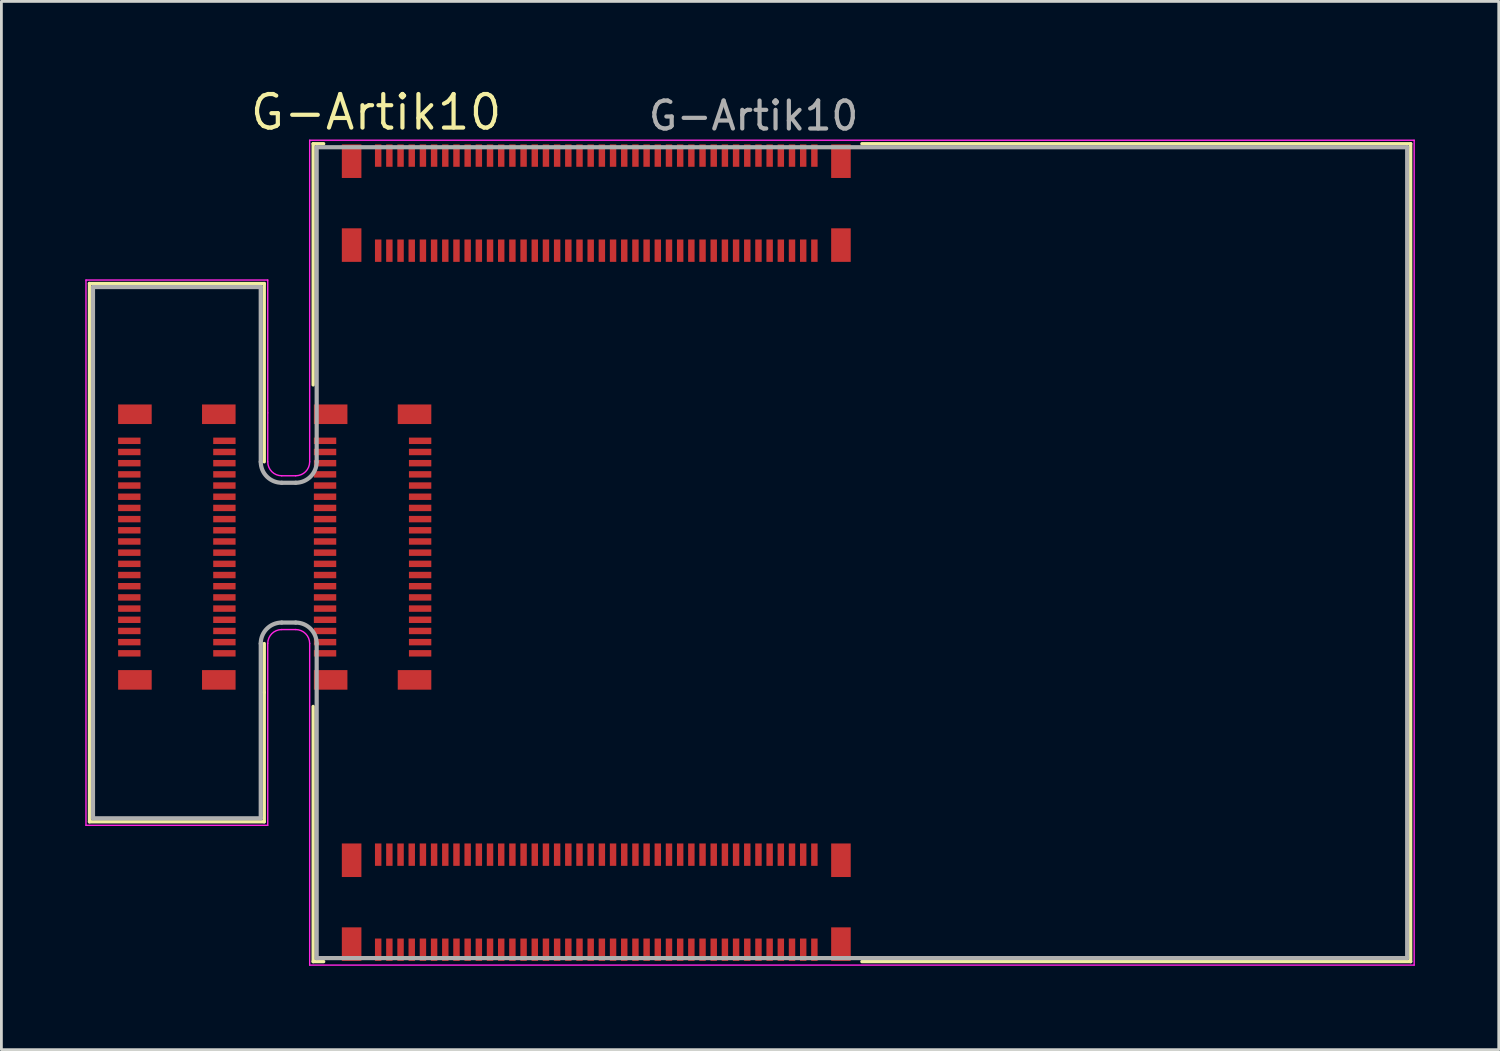
<source format=kicad_pcb>
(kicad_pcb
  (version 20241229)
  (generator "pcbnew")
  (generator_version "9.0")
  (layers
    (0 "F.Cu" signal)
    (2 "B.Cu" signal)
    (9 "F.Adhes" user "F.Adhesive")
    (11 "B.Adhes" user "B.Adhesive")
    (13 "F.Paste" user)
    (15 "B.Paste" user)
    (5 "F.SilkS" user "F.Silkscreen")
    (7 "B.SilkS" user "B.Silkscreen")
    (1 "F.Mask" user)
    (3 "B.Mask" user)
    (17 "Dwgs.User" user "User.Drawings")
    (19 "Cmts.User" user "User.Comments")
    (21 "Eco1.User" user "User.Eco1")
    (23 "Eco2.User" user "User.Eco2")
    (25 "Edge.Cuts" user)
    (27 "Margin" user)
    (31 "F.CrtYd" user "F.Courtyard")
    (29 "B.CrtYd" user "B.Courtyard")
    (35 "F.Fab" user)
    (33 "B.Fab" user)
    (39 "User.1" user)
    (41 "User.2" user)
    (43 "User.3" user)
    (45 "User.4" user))
  (footprint "G-Artik10"
    (layer "F.Cu")
    (at 27.775 16.715)
    (property "Reference" "G-Artik10" (at -17.375 -15.75 180) (layer "F.SilkS") (effects (font (size 1.2 1.2) (thickness 0.15))))
    (attr through_hole)
    (fp_line (start -27.625 -9.625) (end -27.625 9.625) (stroke (width 0.12) (type solid)) (layer "F.SilkS"))
    (fp_line (start -27.625 9.625) (end -21.375 9.625) (stroke (width 0.12) (type solid)) (layer "F.SilkS"))
    (fp_line (start -21.375 -9.625) (end -27.625 -9.625) (stroke (width 0.12) (type solid)) (layer "F.SilkS"))
    (fp_line (start -21.375 -3.25) (end -21.375 -9.625) (stroke (width 0.12) (type solid)) (layer "F.SilkS"))
    (fp_line (start -21.375 5) (end -21.375 3.25) (stroke (width 0.12) (type solid)) (layer "F.SilkS"))
    (fp_line (start -21.375 9.625) (end -21.375 5) (stroke (width 0.12) (type solid)) (layer "F.SilkS"))
    (fp_line (start -19.625 -14.625) (end -19.625 -6) (stroke (width 0.12) (type solid)) (layer "F.SilkS"))
    (fp_line (start -19.625 5.5) (end -19.625 14.625) (stroke (width 0.12) (type solid)) (layer "F.SilkS"))
    (fp_line (start -19.625 14.625) (end -19.25 14.625) (stroke (width 0.12) (type solid)) (layer "F.SilkS"))
    (fp_line (start -19.25 -14.625) (end -19.625 -14.625) (stroke (width 0.12) (type solid)) (layer "F.SilkS"))
    (fp_line (start 0 14.625) (end 19.625 14.625) (stroke (width 0.12) (type solid)) (layer "F.SilkS"))
    (fp_line (start 19.625 -14.625) (end 0 -14.625) (stroke (width 0.12) (type solid)) (layer "F.SilkS"))
    (fp_line (start 19.625 14.625) (end 19.625 -14.625) (stroke (width 0.12) (type solid)) (layer "F.SilkS"))
    (fp_line (start -27.75 -9.75) (end -27.75 9.75) (stroke (width 0.05) (type solid)) (layer "F.CrtYd"))
    (fp_line (start -27.75 9.75) (end -21.25 9.75) (stroke (width 0.05) (type solid)) (layer "F.CrtYd"))
    (fp_line (start -21.25 -9.75) (end -27.75 -9.75) (stroke (width 0.05) (type solid)) (layer "F.CrtYd"))
    (fp_line (start -21.25 -5) (end -21.25 -9.75) (stroke (width 0.05) (type solid)) (layer "F.CrtYd"))
    (fp_line (start -21.25 -3.25) (end -21.25 -5) (stroke (width 0.05) (type solid)) (layer "F.CrtYd"))
    (fp_line (start -21.25 9.75) (end -21.25 3.25) (stroke (width 0.05) (type solid)) (layer "F.CrtYd"))
    (fp_line (start -20.75 -2.75) (end -20.25 -2.75) (stroke (width 0.05) (type solid)) (layer "F.CrtYd"))
    (fp_line (start -20.75 2.75) (end -20.25 2.75) (stroke (width 0.05) (type solid)) (layer "F.CrtYd"))
    (fp_line (start -19.75 -14.75) (end -19.75 -3.25) (stroke (width 0.05) (type solid)) (layer "F.CrtYd"))
    (fp_line (start -19.75 3.25) (end -19.75 14.75) (stroke (width 0.05) (type solid)) (layer "F.CrtYd"))
    (fp_line (start -19.75 14.75) (end 19.75 14.75) (stroke (width 0.05) (type solid)) (layer "F.CrtYd"))
    (fp_line (start 19.75 -14.75) (end -19.75 -14.75) (stroke (width 0.05) (type solid)) (layer "F.CrtYd"))
    (fp_line (start 19.75 14.75) (end 19.75 -14.75) (stroke (width 0.05) (type solid)) (layer "F.CrtYd"))
    (fp_arc (start -21.25 3.25) (mid -21.103553 2.896447) (end -20.75 2.75) (stroke (width 0.05) (type solid)) (layer "F.CrtYd"))
    (fp_arc (start -20.75 -2.75) (mid -21.103553 -2.896447) (end -21.25 -3.25) (stroke (width 0.05) (type solid)) (layer "F.CrtYd"))
    (fp_arc (start -20.25 2.75) (mid -19.896447 2.896447) (end -19.75 3.25) (stroke (width 0.05) (type solid)) (layer "F.CrtYd"))
    (fp_arc (start -19.75 -3.25) (mid -19.896447 -2.896447) (end -20.25 -2.75) (stroke (width 0.05) (type solid)) (layer "F.CrtYd"))
    (fp_line (start -27.5 -9.5) (end -27.5 9.5) (stroke (width 0.15) (type solid)) (layer "F.Fab"))
    (fp_line (start -27.5 9.5) (end -21.5 9.5) (stroke (width 0.15) (type solid)) (layer "F.Fab"))
    (fp_line (start -21.5 -9.5) (end -27.5 -9.5) (stroke (width 0.15) (type solid)) (layer "F.Fab"))
    (fp_line (start -21.5 -3.25) (end -21.5 -9.5) (stroke (width 0.15) (type solid)) (layer "F.Fab"))
    (fp_line (start -21.5 9.5) (end -21.5 3.25) (stroke (width 0.15) (type solid)) (layer "F.Fab"))
    (fp_line (start -20.75 -2.5) (end -20.25 -2.5) (stroke (width 0.15) (type solid)) (layer "F.Fab"))
    (fp_line (start -20.75 2.5) (end -20.25 2.5) (stroke (width 0.15) (type solid)) (layer "F.Fab"))
    (fp_line (start -19.5 -14.5) (end 19.5 -14.5) (stroke (width 0.15) (type solid)) (layer "F.Fab"))
    (fp_line (start -19.5 -3.25) (end -19.5 -14.5) (stroke (width 0.15) (type solid)) (layer "F.Fab"))
    (fp_line (start -19.5 14.5) (end -19.5 3.25) (stroke (width 0.15) (type solid)) (layer "F.Fab"))
    (fp_line (start 19.5 -14.5) (end 19.5 14.5) (stroke (width 0.15) (type solid)) (layer "F.Fab"))
    (fp_line (start 19.5 14.5) (end -19.5 14.5) (stroke (width 0.15) (type solid)) (layer "F.Fab"))
    (fp_arc (start -21.5 3.25) (mid -21.280793 2.720133) (end -20.751309 2.500001) (stroke (width 0.15) (type solid)) (layer "F.Fab"))
    (fp_arc (start -20.75 -2.5) (mid -21.28033 -2.71967) (end -21.5 -3.25) (stroke (width 0.15) (type solid)) (layer "F.Fab"))
    (fp_arc (start -20.25 2.5) (mid -19.71967 2.71967) (end -19.5 3.25) (stroke (width 0.15) (type solid)) (layer "F.Fab"))
    (fp_arc (start -19.5 -3.25) (mid -19.71967 -2.71967) (end -20.25 -2.5) (stroke (width 0.15) (type solid)) (layer "F.Fab"))
    (fp_text user "${REFERENCE}" (at -3.875 -15.625 0) (layer "F.Fab") (effects (font (size 1 1) (thickness 0.15))))
    (pad "1-1" smd rect (at -19.2 3.6 90) (size 0.23 0.8) (layers "F.Cu" "F.Mask" "F.Paste"))
    (pad "1-2" smd rect (at -15.8 3.6 90) (size 0.23 0.8) (layers "F.Cu" "F.Mask" "F.Paste"))
    (pad "1-3" smd rect (at -19.2 3.2 90) (size 0.23 0.8) (layers "F.Cu" "F.Mask" "F.Paste"))
    (pad "1-4" smd rect (at -15.8 3.2 90) (size 0.23 0.8) (layers "F.Cu" "F.Mask" "F.Paste"))
    (pad "1-5" smd rect (at -19.2 2.8 90) (size 0.23 0.8) (layers "F.Cu" "F.Mask" "F.Paste"))
    (pad "1-6" smd rect (at -15.8 2.8 90) (size 0.23 0.8) (layers "F.Cu" "F.Mask" "F.Paste"))
    (pad "1-7" smd rect (at -19.2 2.4 90) (size 0.23 0.8) (layers "F.Cu" "F.Mask" "F.Paste"))
    (pad "1-8" smd rect (at -15.8 2.4 90) (size 0.23 0.8) (layers "F.Cu" "F.Mask" "F.Paste"))
    (pad "1-9" smd rect (at -19.2 2 90) (size 0.23 0.8) (layers "F.Cu" "F.Mask" "F.Paste"))
    (pad "1-10" smd rect (at -15.8 2 90) (size 0.23 0.8) (layers "F.Cu" "F.Mask" "F.Paste"))
    (pad "1-11" smd rect (at -19.2 1.6 90) (size 0.23 0.8) (layers "F.Cu" "F.Mask" "F.Paste"))
    (pad "1-12" smd rect (at -15.8 1.6 90) (size 0.23 0.8) (layers "F.Cu" "F.Mask" "F.Paste"))
    (pad "1-13" smd rect (at -19.2 1.2 90) (size 0.23 0.8) (layers "F.Cu" "F.Mask" "F.Paste"))
    (pad "1-14" smd rect (at -15.8 1.2 90) (size 0.23 0.8) (layers "F.Cu" "F.Mask" "F.Paste"))
    (pad "1-15" smd rect (at -19.2 0.8 90) (size 0.23 0.8) (layers "F.Cu" "F.Mask" "F.Paste"))
    (pad "1-16" smd rect (at -15.8 0.8 90) (size 0.23 0.8) (layers "F.Cu" "F.Mask" "F.Paste"))
    (pad "1-17" smd rect (at -19.2 0.4 90) (size 0.23 0.8) (layers "F.Cu" "F.Mask" "F.Paste"))
    (pad "1-18" smd rect (at -15.8 0.4 90) (size 0.23 0.8) (layers "F.Cu" "F.Mask" "F.Paste"))
    (pad "1-19" smd rect (at -19.2 0 90) (size 0.23 0.8) (layers "F.Cu" "F.Mask" "F.Paste"))
    (pad "1-20" smd rect (at -15.8 0 90) (size 0.23 0.8) (layers "F.Cu" "F.Mask" "F.Paste"))
    (pad "1-21" smd rect (at -19.2 -0.4 90) (size 0.23 0.8) (layers "F.Cu" "F.Mask" "F.Paste"))
    (pad "1-22" smd rect (at -15.8 -0.4 90) (size 0.23 0.8) (layers "F.Cu" "F.Mask" "F.Paste"))
    (pad "1-23" smd rect (at -19.2 -0.8 90) (size 0.23 0.8) (layers "F.Cu" "F.Mask" "F.Paste"))
    (pad "1-24" smd rect (at -15.8 -0.8 90) (size 0.23 0.8) (layers "F.Cu" "F.Mask" "F.Paste"))
    (pad "1-25" smd rect (at -19.2 -1.2 90) (size 0.23 0.8) (layers "F.Cu" "F.Mask" "F.Paste"))
    (pad "1-26" smd rect (at -15.8 -1.2 90) (size 0.23 0.8) (layers "F.Cu" "F.Mask" "F.Paste"))
    (pad "1-27" smd rect (at -19.2 -1.6 90) (size 0.23 0.8) (layers "F.Cu" "F.Mask" "F.Paste"))
    (pad "1-28" smd rect (at -15.8 -1.6 90) (size 0.23 0.8) (layers "F.Cu" "F.Mask" "F.Paste"))
    (pad "1-29" smd rect (at -19.2 -2 90) (size 0.23 0.8) (layers "F.Cu" "F.Mask" "F.Paste"))
    (pad "1-30" smd rect (at -15.8 -2 90) (size 0.23 0.8) (layers "F.Cu" "F.Mask" "F.Paste"))
    (pad "1-31" smd rect (at -19.2 -2.4 90) (size 0.23 0.8) (layers "F.Cu" "F.Mask" "F.Paste"))
    (pad "1-32" smd rect (at -15.8 -2.4 90) (size 0.23 0.8) (layers "F.Cu" "F.Mask" "F.Paste"))
    (pad "1-33" smd rect (at -19.2 -2.8 90) (size 0.23 0.8) (layers "F.Cu" "F.Mask" "F.Paste"))
    (pad "1-34" smd rect (at -15.8 -2.8 90) (size 0.23 0.8) (layers "F.Cu" "F.Mask" "F.Paste"))
    (pad "1-35" smd rect (at -19.2 -3.2 90) (size 0.23 0.8) (layers "F.Cu" "F.Mask" "F.Paste"))
    (pad "1-36" smd rect (at -15.8 -3.2 90) (size 0.23 0.8) (layers "F.Cu" "F.Mask" "F.Paste"))
    (pad "1-37" smd rect (at -19.2 -3.6 90) (size 0.23 0.8) (layers "F.Cu" "F.Mask" "F.Paste"))
    (pad "1-38" smd rect (at -15.8 -3.6 90) (size 0.23 0.8) (layers "F.Cu" "F.Mask" "F.Paste"))
    (pad "1-39" smd rect (at -19.2 -4 90) (size 0.23 0.8) (layers "F.Cu" "F.Mask" "F.Paste"))
    (pad "1-40" smd rect (at -15.8 -4 90) (size 0.23 0.8) (layers "F.Cu" "F.Mask" "F.Paste"))
    (pad "3-1" smd rect (at -1.7 -10.8 180) (size 0.23 0.8) (layers "F.Cu" "F.Mask" "F.Paste"))
    (pad "3-2" smd rect (at -1.7 -14.2 180) (size 0.23 0.8) (layers "F.Cu" "F.Mask" "F.Paste"))
    (pad "3-3" smd rect (at -2.1 -10.8 180) (size 0.23 0.8) (layers "F.Cu" "F.Mask" "F.Paste"))
    (pad "3-4" smd rect (at -2.1 -14.2 180) (size 0.23 0.8) (layers "F.Cu" "F.Mask" "F.Paste"))
    (pad "3-5" smd rect (at -2.5 -10.8 180) (size 0.23 0.8) (layers "F.Cu" "F.Mask" "F.Paste"))
    (pad "3-6" smd rect (at -2.5 -14.2 180) (size 0.23 0.8) (layers "F.Cu" "F.Mask" "F.Paste"))
    (pad "3-7" smd rect (at -2.9 -10.8 180) (size 0.23 0.8) (layers "F.Cu" "F.Mask" "F.Paste"))
    (pad "3-8" smd rect (at -2.9 -14.2 180) (size 0.23 0.8) (layers "F.Cu" "F.Mask" "F.Paste"))
    (pad "3-9" smd rect (at -3.3 -10.8 180) (size 0.23 0.8) (layers "F.Cu" "F.Mask" "F.Paste"))
    (pad "3-10" smd rect (at -3.3 -14.2 180) (size 0.23 0.8) (layers "F.Cu" "F.Mask" "F.Paste"))
    (pad "3-11" smd rect (at -3.7 -10.8 180) (size 0.23 0.8) (layers "F.Cu" "F.Mask" "F.Paste"))
    (pad "3-12" smd rect (at -3.7 -14.2 180) (size 0.23 0.8) (layers "F.Cu" "F.Mask" "F.Paste"))
    (pad "3-13" smd rect (at -4.1 -10.8 180) (size 0.23 0.8) (layers "F.Cu" "F.Mask" "F.Paste"))
    (pad "3-14" smd rect (at -4.1 -14.2 180) (size 0.23 0.8) (layers "F.Cu" "F.Mask" "F.Paste"))
    (pad "3-15" smd rect (at -4.5 -10.8 180) (size 0.23 0.8) (layers "F.Cu" "F.Mask" "F.Paste"))
    (pad "3-16" smd rect (at -4.5 -14.2 180) (size 0.23 0.8) (layers "F.Cu" "F.Mask" "F.Paste"))
    (pad "3-17" smd rect (at -4.9 -10.8 180) (size 0.23 0.8) (layers "F.Cu" "F.Mask" "F.Paste"))
    (pad "3-18" smd rect (at -4.9 -14.2 180) (size 0.23 0.8) (layers "F.Cu" "F.Mask" "F.Paste"))
    (pad "3-19" smd rect (at -5.3 -10.8 180) (size 0.23 0.8) (layers "F.Cu" "F.Mask" "F.Paste"))
    (pad "3-20" smd rect (at -5.3 -14.2 180) (size 0.23 0.8) (layers "F.Cu" "F.Mask" "F.Paste"))
    (pad "3-21" smd rect (at -5.7 -10.8 180) (size 0.23 0.8) (layers "F.Cu" "F.Mask" "F.Paste"))
    (pad "3-22" smd rect (at -5.7 -14.2 180) (size 0.23 0.8) (layers "F.Cu" "F.Mask" "F.Paste"))
    (pad "3-23" smd rect (at -6.1 -10.8 180) (size 0.23 0.8) (layers "F.Cu" "F.Mask" "F.Paste"))
    (pad "3-24" smd rect (at -6.1 -14.2 180) (size 0.23 0.8) (layers "F.Cu" "F.Mask" "F.Paste"))
    (pad "3-25" smd rect (at -6.5 -10.8 180) (size 0.23 0.8) (layers "F.Cu" "F.Mask" "F.Paste"))
    (pad "3-26" smd rect (at -6.5 -14.2 180) (size 0.23 0.8) (layers "F.Cu" "F.Mask" "F.Paste"))
    (pad "3-27" smd rect (at -6.9 -10.8 180) (size 0.23 0.8) (layers "F.Cu" "F.Mask" "F.Paste"))
    (pad "3-28" smd rect (at -6.9 -14.2 180) (size 0.23 0.8) (layers "F.Cu" "F.Mask" "F.Paste"))
    (pad "3-29" smd rect (at -7.3 -10.8 180) (size 0.23 0.8) (layers "F.Cu" "F.Mask" "F.Paste"))
    (pad "3-30" smd rect (at -7.3 -14.2 180) (size 0.23 0.8) (layers "F.Cu" "F.Mask" "F.Paste"))
    (pad "3-31" smd rect (at -7.7 -10.8 180) (size 0.23 0.8) (layers "F.Cu" "F.Mask" "F.Paste"))
    (pad "3-32" smd rect (at -7.7 -14.2 180) (size 0.23 0.8) (layers "F.Cu" "F.Mask" "F.Paste"))
    (pad "3-33" smd rect (at -8.1 -10.8 180) (size 0.23 0.8) (layers "F.Cu" "F.Mask" "F.Paste"))
    (pad "3-34" smd rect (at -8.1 -14.2 180) (size 0.23 0.8) (layers "F.Cu" "F.Mask" "F.Paste"))
    (pad "3-35" smd rect (at -8.5 -10.8 180) (size 0.23 0.8) (layers "F.Cu" "F.Mask" "F.Paste"))
    (pad "3-36" smd rect (at -8.5 -14.2 180) (size 0.23 0.8) (layers "F.Cu" "F.Mask" "F.Paste"))
    (pad "3-37" smd rect (at -8.9 -10.8 180) (size 0.23 0.8) (layers "F.Cu" "F.Mask" "F.Paste"))
    (pad "3-38" smd rect (at -8.9 -14.2 180) (size 0.23 0.8) (layers "F.Cu" "F.Mask" "F.Paste"))
    (pad "3-39" smd rect (at -9.3 -10.8 180) (size 0.23 0.8) (layers "F.Cu" "F.Mask" "F.Paste"))
    (pad "3-40" smd rect (at -9.3 -14.2 180) (size 0.23 0.8) (layers "F.Cu" "F.Mask" "F.Paste"))
    (pad "3-41" smd rect (at -9.7 -10.8 180) (size 0.23 0.8) (layers "F.Cu" "F.Mask" "F.Paste"))
    (pad "3-42" smd rect (at -9.7 -14.2 180) (size 0.23 0.8) (layers "F.Cu" "F.Mask" "F.Paste"))
    (pad "3-43" smd rect (at -10.1 -10.8 180) (size 0.23 0.8) (layers "F.Cu" "F.Mask" "F.Paste"))
    (pad "3-44" smd rect (at -10.1 -14.2 180) (size 0.23 0.8) (layers "F.Cu" "F.Mask" "F.Paste"))
    (pad "3-45" smd rect (at -10.5 -10.8 180) (size 0.23 0.8) (layers "F.Cu" "F.Mask" "F.Paste"))
    (pad "3-46" smd rect (at -10.5 -14.2 180) (size 0.23 0.8) (layers "F.Cu" "F.Mask" "F.Paste"))
    (pad "3-47" smd rect (at -10.9 -10.8 180) (size 0.23 0.8) (layers "F.Cu" "F.Mask" "F.Paste"))
    (pad "3-48" smd rect (at -10.9 -14.2 180) (size 0.23 0.8) (layers "F.Cu" "F.Mask" "F.Paste"))
    (pad "3-49" smd rect (at -11.3 -10.8 180) (size 0.23 0.8) (layers "F.Cu" "F.Mask" "F.Paste"))
    (pad "3-50" smd rect (at -11.3 -14.2 180) (size 0.23 0.8) (layers "F.Cu" "F.Mask" "F.Paste"))
    (pad "3-51" smd rect (at -11.7 -10.8 180) (size 0.23 0.8) (layers "F.Cu" "F.Mask" "F.Paste"))
    (pad "3-52" smd rect (at -11.7 -14.2 180) (size 0.23 0.8) (layers "F.Cu" "F.Mask" "F.Paste"))
    (pad "3-53" smd rect (at -12.1 -10.8 180) (size 0.23 0.8) (layers "F.Cu" "F.Mask" "F.Paste"))
    (pad "3-54" smd rect (at -12.1 -14.2 180) (size 0.23 0.8) (layers "F.Cu" "F.Mask" "F.Paste"))
    (pad "3-55" smd rect (at -12.5 -10.8 180) (size 0.23 0.8) (layers "F.Cu" "F.Mask" "F.Paste"))
    (pad "3-56" smd rect (at -12.5 -14.2 180) (size 0.23 0.8) (layers "F.Cu" "F.Mask" "F.Paste"))
    (pad "3-57" smd rect (at -12.9 -10.8 180) (size 0.23 0.8) (layers "F.Cu" "F.Mask" "F.Paste"))
    (pad "3-58" smd rect (at -12.9 -14.2 180) (size 0.23 0.8) (layers "F.Cu" "F.Mask" "F.Paste"))
    (pad "3-59" smd rect (at -13.3 -10.8 180) (size 0.23 0.8) (layers "F.Cu" "F.Mask" "F.Paste"))
    (pad "3-60" smd rect (at -13.3 -14.2 180) (size 0.23 0.8) (layers "F.Cu" "F.Mask" "F.Paste"))
    (pad "3-61" smd rect (at -13.7 -10.8 180) (size 0.23 0.8) (layers "F.Cu" "F.Mask" "F.Paste"))
    (pad "3-62" smd rect (at -13.7 -14.2 180) (size 0.23 0.8) (layers "F.Cu" "F.Mask" "F.Paste"))
    (pad "3-63" smd rect (at -14.1 -10.8 180) (size 0.23 0.8) (layers "F.Cu" "F.Mask" "F.Paste"))
    (pad "3-64" smd rect (at -14.1 -14.2 180) (size 0.23 0.8) (layers "F.Cu" "F.Mask" "F.Paste"))
    (pad "3-65" smd rect (at -14.5 -10.8 180) (size 0.23 0.8) (layers "F.Cu" "F.Mask" "F.Paste"))
    (pad "3-66" smd rect (at -14.5 -14.2 180) (size 0.23 0.8) (layers "F.Cu" "F.Mask" "F.Paste"))
    (pad "3-67" smd rect (at -14.9 -10.8 180) (size 0.23 0.8) (layers "F.Cu" "F.Mask" "F.Paste"))
    (pad "3-68" smd rect (at -14.9 -14.2 180) (size 0.23 0.8) (layers "F.Cu" "F.Mask" "F.Paste"))
    (pad "3-69" smd rect (at -15.3 -10.8 180) (size 0.23 0.8) (layers "F.Cu" "F.Mask" "F.Paste"))
    (pad "3-70" smd rect (at -15.3 -14.2 180) (size 0.23 0.8) (layers "F.Cu" "F.Mask" "F.Paste"))
    (pad "3-71" smd rect (at -15.7 -10.8 180) (size 0.23 0.8) (layers "F.Cu" "F.Mask" "F.Paste"))
    (pad "3-72" smd rect (at -15.7 -14.2 180) (size 0.23 0.8) (layers "F.Cu" "F.Mask" "F.Paste"))
    (pad "3-73" smd rect (at -16.1 -10.8 180) (size 0.23 0.8) (layers "F.Cu" "F.Mask" "F.Paste"))
    (pad "3-74" smd rect (at -16.1 -14.2 180) (size 0.23 0.8) (layers "F.Cu" "F.Mask" "F.Paste"))
    (pad "3-75" smd rect (at -16.5 -10.8 180) (size 0.23 0.8) (layers "F.Cu" "F.Mask" "F.Paste"))
    (pad "3-76" smd rect (at -16.5 -14.2 180) (size 0.23 0.8) (layers "F.Cu" "F.Mask" "F.Paste"))
    (pad "3-77" smd rect (at -16.9 -10.8 180) (size 0.23 0.8) (layers "F.Cu" "F.Mask" "F.Paste"))
    (pad "3-78" smd rect (at -16.9 -14.2 180) (size 0.23 0.8) (layers "F.Cu" "F.Mask" "F.Paste"))
    (pad "3-79" smd rect (at -17.3 -10.8 180) (size 0.23 0.8) (layers "F.Cu" "F.Mask" "F.Paste"))
    (pad "3-80" smd rect (at -17.3 -14.2 180) (size 0.23 0.8) (layers "F.Cu" "F.Mask" "F.Paste"))
    (pad "4-1" smd rect (at -1.7 14.2 180) (size 0.23 0.8) (layers "F.Cu" "F.Mask" "F.Paste"))
    (pad "4-2" smd rect (at -1.7 10.8 180) (size 0.23 0.8) (layers "F.Cu" "F.Mask" "F.Paste"))
    (pad "4-3" smd rect (at -2.1 14.2 180) (size 0.23 0.8) (layers "F.Cu" "F.Mask" "F.Paste"))
    (pad "4-4" smd rect (at -2.1 10.8 180) (size 0.23 0.8) (layers "F.Cu" "F.Mask" "F.Paste"))
    (pad "4-5" smd rect (at -2.5 14.2 180) (size 0.23 0.8) (layers "F.Cu" "F.Mask" "F.Paste"))
    (pad "4-6" smd rect (at -2.5 10.8 180) (size 0.23 0.8) (layers "F.Cu" "F.Mask" "F.Paste"))
    (pad "4-7" smd rect (at -2.9 14.2 180) (size 0.23 0.8) (layers "F.Cu" "F.Mask" "F.Paste"))
    (pad "4-8" smd rect (at -2.9 10.8 180) (size 0.23 0.8) (layers "F.Cu" "F.Mask" "F.Paste"))
    (pad "4-9" smd rect (at -3.3 14.2 180) (size 0.23 0.8) (layers "F.Cu" "F.Mask" "F.Paste"))
    (pad "4-10" smd rect (at -3.3 10.8 180) (size 0.23 0.8) (layers "F.Cu" "F.Mask" "F.Paste"))
    (pad "4-11" smd rect (at -3.7 14.2 180) (size 0.23 0.8) (layers "F.Cu" "F.Mask" "F.Paste"))
    (pad "4-12" smd rect (at -3.7 10.8 180) (size 0.23 0.8) (layers "F.Cu" "F.Mask" "F.Paste"))
    (pad "4-13" smd rect (at -4.1 14.2 180) (size 0.23 0.8) (layers "F.Cu" "F.Mask" "F.Paste"))
    (pad "4-14" smd rect (at -4.1 10.8 180) (size 0.23 0.8) (layers "F.Cu" "F.Mask" "F.Paste"))
    (pad "4-15" smd rect (at -4.5 14.2 180) (size 0.23 0.8) (layers "F.Cu" "F.Mask" "F.Paste"))
    (pad "4-16" smd rect (at -4.5 10.8 180) (size 0.23 0.8) (layers "F.Cu" "F.Mask" "F.Paste"))
    (pad "4-17" smd rect (at -4.9 14.2 180) (size 0.23 0.8) (layers "F.Cu" "F.Mask" "F.Paste"))
    (pad "4-18" smd rect (at -4.9 10.8 180) (size 0.23 0.8) (layers "F.Cu" "F.Mask" "F.Paste"))
    (pad "4-19" smd rect (at -5.3 14.2 180) (size 0.23 0.8) (layers "F.Cu" "F.Mask" "F.Paste"))
    (pad "4-20" smd rect (at -5.3 10.8 180) (size 0.23 0.8) (layers "F.Cu" "F.Mask" "F.Paste"))
    (pad "4-21" smd rect (at -5.7 14.2 180) (size 0.23 0.8) (layers "F.Cu" "F.Mask" "F.Paste"))
    (pad "4-22" smd rect (at -5.7 10.8 180) (size 0.23 0.8) (layers "F.Cu" "F.Mask" "F.Paste"))
    (pad "4-23" smd rect (at -6.1 14.2 180) (size 0.23 0.8) (layers "F.Cu" "F.Mask" "F.Paste"))
    (pad "4-24" smd rect (at -6.1 10.8 180) (size 0.23 0.8) (layers "F.Cu" "F.Mask" "F.Paste"))
    (pad "4-25" smd rect (at -6.5 14.2 180) (size 0.23 0.8) (layers "F.Cu" "F.Mask" "F.Paste"))
    (pad "4-26" smd rect (at -6.5 10.8 180) (size 0.23 0.8) (layers "F.Cu" "F.Mask" "F.Paste"))
    (pad "4-27" smd rect (at -6.9 14.2 180) (size 0.23 0.8) (layers "F.Cu" "F.Mask" "F.Paste"))
    (pad "4-28" smd rect (at -6.9 10.8 180) (size 0.23 0.8) (layers "F.Cu" "F.Mask" "F.Paste"))
    (pad "4-29" smd rect (at -7.3 14.2 180) (size 0.23 0.8) (layers "F.Cu" "F.Mask" "F.Paste"))
    (pad "4-30" smd rect (at -7.3 10.8 180) (size 0.23 0.8) (layers "F.Cu" "F.Mask" "F.Paste"))
    (pad "4-31" smd rect (at -7.7 14.2 180) (size 0.23 0.8) (layers "F.Cu" "F.Mask" "F.Paste"))
    (pad "4-32" smd rect (at -7.7 10.8 180) (size 0.23 0.8) (layers "F.Cu" "F.Mask" "F.Paste"))
    (pad "4-33" smd rect (at -8.1 14.2 180) (size 0.23 0.8) (layers "F.Cu" "F.Mask" "F.Paste"))
    (pad "4-34" smd rect (at -8.1 10.8 180) (size 0.23 0.8) (layers "F.Cu" "F.Mask" "F.Paste"))
    (pad "4-35" smd rect (at -8.5 14.2 180) (size 0.23 0.8) (layers "F.Cu" "F.Mask" "F.Paste"))
    (pad "4-36" smd rect (at -8.5 10.8 180) (size 0.23 0.8) (layers "F.Cu" "F.Mask" "F.Paste"))
    (pad "4-37" smd rect (at -8.9 14.2 180) (size 0.23 0.8) (layers "F.Cu" "F.Mask" "F.Paste"))
    (pad "4-38" smd rect (at -8.9 10.8 180) (size 0.23 0.8) (layers "F.Cu" "F.Mask" "F.Paste"))
    (pad "4-39" smd rect (at -9.3 14.2 180) (size 0.23 0.8) (layers "F.Cu" "F.Mask" "F.Paste"))
    (pad "4-40" smd rect (at -9.3 10.8 180) (size 0.23 0.8) (layers "F.Cu" "F.Mask" "F.Paste"))
    (pad "4-41" smd rect (at -9.7 14.2 180) (size 0.23 0.8) (layers "F.Cu" "F.Mask" "F.Paste"))
    (pad "4-42" smd rect (at -9.7 10.8 180) (size 0.23 0.8) (layers "F.Cu" "F.Mask" "F.Paste"))
    (pad "4-43" smd rect (at -10.1 14.2 180) (size 0.23 0.8) (layers "F.Cu" "F.Mask" "F.Paste"))
    (pad "4-44" smd rect (at -10.1 10.8 180) (size 0.23 0.8) (layers "F.Cu" "F.Mask" "F.Paste"))
    (pad "4-45" smd rect (at -10.5 14.2 180) (size 0.23 0.8) (layers "F.Cu" "F.Mask" "F.Paste"))
    (pad "4-46" smd rect (at -10.5 10.8 180) (size 0.23 0.8) (layers "F.Cu" "F.Mask" "F.Paste"))
    (pad "4-47" smd rect (at -10.9 14.2 180) (size 0.23 0.8) (layers "F.Cu" "F.Mask" "F.Paste"))
    (pad "4-48" smd rect (at -10.9 10.8 180) (size 0.23 0.8) (layers "F.Cu" "F.Mask" "F.Paste"))
    (pad "4-49" smd rect (at -11.3 14.2 180) (size 0.23 0.8) (layers "F.Cu" "F.Mask" "F.Paste"))
    (pad "4-50" smd rect (at -11.3 10.8 180) (size 0.23 0.8) (layers "F.Cu" "F.Mask" "F.Paste"))
    (pad "4-51" smd rect (at -11.7 14.2 180) (size 0.23 0.8) (layers "F.Cu" "F.Mask" "F.Paste"))
    (pad "4-52" smd rect (at -11.7 10.8 180) (size 0.23 0.8) (layers "F.Cu" "F.Mask" "F.Paste"))
    (pad "4-53" smd rect (at -12.1 14.2 180) (size 0.23 0.8) (layers "F.Cu" "F.Mask" "F.Paste"))
    (pad "4-54" smd rect (at -12.1 10.8 180) (size 0.23 0.8) (layers "F.Cu" "F.Mask" "F.Paste"))
    (pad "4-55" smd rect (at -12.5 14.2 180) (size 0.23 0.8) (layers "F.Cu" "F.Mask" "F.Paste"))
    (pad "4-56" smd rect (at -12.5 10.8 180) (size 0.23 0.8) (layers "F.Cu" "F.Mask" "F.Paste"))
    (pad "4-57" smd rect (at -12.9 14.2 180) (size 0.23 0.8) (layers "F.Cu" "F.Mask" "F.Paste"))
    (pad "4-58" smd rect (at -12.9 10.8 180) (size 0.23 0.8) (layers "F.Cu" "F.Mask" "F.Paste"))
    (pad "4-59" smd rect (at -13.3 14.2 180) (size 0.23 0.8) (layers "F.Cu" "F.Mask" "F.Paste"))
    (pad "4-60" smd rect (at -13.3 10.8 180) (size 0.23 0.8) (layers "F.Cu" "F.Mask" "F.Paste"))
    (pad "4-61" smd rect (at -13.7 14.2 180) (size 0.23 0.8) (layers "F.Cu" "F.Mask" "F.Paste"))
    (pad "4-62" smd rect (at -13.7 10.8 180) (size 0.23 0.8) (layers "F.Cu" "F.Mask" "F.Paste"))
    (pad "4-63" smd rect (at -14.1 14.2 180) (size 0.23 0.8) (layers "F.Cu" "F.Mask" "F.Paste"))
    (pad "4-64" smd rect (at -14.1 10.8 180) (size 0.23 0.8) (layers "F.Cu" "F.Mask" "F.Paste"))
    (pad "4-65" smd rect (at -14.5 14.2 180) (size 0.23 0.8) (layers "F.Cu" "F.Mask" "F.Paste"))
    (pad "4-66" smd rect (at -14.5 10.8 180) (size 0.23 0.8) (layers "F.Cu" "F.Mask" "F.Paste"))
    (pad "4-67" smd rect (at -14.9 14.2 180) (size 0.23 0.8) (layers "F.Cu" "F.Mask" "F.Paste"))
    (pad "4-68" smd rect (at -14.9 10.8 180) (size 0.23 0.8) (layers "F.Cu" "F.Mask" "F.Paste"))
    (pad "4-69" smd rect (at -15.3 14.2 180) (size 0.23 0.8) (layers "F.Cu" "F.Mask" "F.Paste"))
    (pad "4-70" smd rect (at -15.3 10.8 180) (size 0.23 0.8) (layers "F.Cu" "F.Mask" "F.Paste"))
    (pad "4-71" smd rect (at -15.7 14.2 180) (size 0.23 0.8) (layers "F.Cu" "F.Mask" "F.Paste"))
    (pad "4-72" smd rect (at -15.7 10.8 180) (size 0.23 0.8) (layers "F.Cu" "F.Mask" "F.Paste"))
    (pad "4-73" smd rect (at -16.1 14.2 180) (size 0.23 0.8) (layers "F.Cu" "F.Mask" "F.Paste"))
    (pad "4-74" smd rect (at -16.1 10.8 180) (size 0.23 0.8) (layers "F.Cu" "F.Mask" "F.Paste"))
    (pad "4-75" smd rect (at -16.5 14.2 180) (size 0.23 0.8) (layers "F.Cu" "F.Mask" "F.Paste"))
    (pad "4-76" smd rect (at -16.5 10.8 180) (size 0.23 0.8) (layers "F.Cu" "F.Mask" "F.Paste"))
    (pad "4-77" smd rect (at -16.9 14.2 180) (size 0.23 0.8) (layers "F.Cu" "F.Mask" "F.Paste"))
    (pad "4-78" smd rect (at -16.9 10.8 180) (size 0.23 0.8) (layers "F.Cu" "F.Mask" "F.Paste"))
    (pad "4-79" smd rect (at -17.3 14.2 180) (size 0.23 0.8) (layers "F.Cu" "F.Mask" "F.Paste"))
    (pad "4-80" smd rect (at -17.3 10.8 180) (size 0.23 0.8) (layers "F.Cu" "F.Mask" "F.Paste"))
    (pad "9-1" smd rect (at -26.2 3.6 90) (size 0.23 0.8) (layers "F.Cu" "F.Mask" "F.Paste"))
    (pad "9-2" smd rect (at -22.8 3.6 90) (size 0.23 0.8) (layers "F.Cu" "F.Mask" "F.Paste"))
    (pad "9-3" smd rect (at -26.2 3.2 90) (size 0.23 0.8) (layers "F.Cu" "F.Mask" "F.Paste"))
    (pad "9-4" smd rect (at -22.8 3.2 90) (size 0.23 0.8) (layers "F.Cu" "F.Mask" "F.Paste"))
    (pad "9-5" smd rect (at -26.2 2.8 90) (size 0.23 0.8) (layers "F.Cu" "F.Mask" "F.Paste"))
    (pad "9-6" smd rect (at -22.8 2.8 90) (size 0.23 0.8) (layers "F.Cu" "F.Mask" "F.Paste"))
    (pad "9-7" smd rect (at -26.2 2.4 90) (size 0.23 0.8) (layers "F.Cu" "F.Mask" "F.Paste"))
    (pad "9-8" smd rect (at -22.8 2.4 90) (size 0.23 0.8) (layers "F.Cu" "F.Mask" "F.Paste"))
    (pad "9-9" smd rect (at -26.2 2 90) (size 0.23 0.8) (layers "F.Cu" "F.Mask" "F.Paste"))
    (pad "9-10" smd rect (at -22.8 2 90) (size 0.23 0.8) (layers "F.Cu" "F.Mask" "F.Paste"))
    (pad "9-11" smd rect (at -26.2 1.6 90) (size 0.23 0.8) (layers "F.Cu" "F.Mask" "F.Paste"))
    (pad "9-12" smd rect (at -22.8 1.6 90) (size 0.23 0.8) (layers "F.Cu" "F.Mask" "F.Paste"))
    (pad "9-13" smd rect (at -26.2 1.2 90) (size 0.23 0.8) (layers "F.Cu" "F.Mask" "F.Paste"))
    (pad "9-14" smd rect (at -22.8 1.2 90) (size 0.23 0.8) (layers "F.Cu" "F.Mask" "F.Paste"))
    (pad "9-15" smd rect (at -26.2 0.8 90) (size 0.23 0.8) (layers "F.Cu" "F.Mask" "F.Paste"))
    (pad "9-16" smd rect (at -22.8 0.8 90) (size 0.23 0.8) (layers "F.Cu" "F.Mask" "F.Paste"))
    (pad "9-17" smd rect (at -26.2 0.4 90) (size 0.23 0.8) (layers "F.Cu" "F.Mask" "F.Paste"))
    (pad "9-18" smd rect (at -22.8 0.4 90) (size 0.23 0.8) (layers "F.Cu" "F.Mask" "F.Paste"))
    (pad "9-19" smd rect (at -26.2 0 90) (size 0.23 0.8) (layers "F.Cu" "F.Mask" "F.Paste"))
    (pad "9-20" smd rect (at -22.8 0 90) (size 0.23 0.8) (layers "F.Cu" "F.Mask" "F.Paste"))
    (pad "9-21" smd rect (at -26.2 -0.4 90) (size 0.23 0.8) (layers "F.Cu" "F.Mask" "F.Paste"))
    (pad "9-22" smd rect (at -22.8 -0.4 90) (size 0.23 0.8) (layers "F.Cu" "F.Mask" "F.Paste"))
    (pad "9-23" smd rect (at -26.2 -0.8 90) (size 0.23 0.8) (layers "F.Cu" "F.Mask" "F.Paste"))
    (pad "9-24" smd rect (at -22.8 -0.8 90) (size 0.23 0.8) (layers "F.Cu" "F.Mask" "F.Paste"))
    (pad "9-25" smd rect (at -26.2 -1.2 90) (size 0.23 0.8) (layers "F.Cu" "F.Mask" "F.Paste"))
    (pad "9-26" smd rect (at -22.8 -1.2 90) (size 0.23 0.8) (layers "F.Cu" "F.Mask" "F.Paste"))
    (pad "9-27" smd rect (at -26.2 -1.6 90) (size 0.23 0.8) (layers "F.Cu" "F.Mask" "F.Paste"))
    (pad "9-28" smd rect (at -22.8 -1.6 90) (size 0.23 0.8) (layers "F.Cu" "F.Mask" "F.Paste"))
    (pad "9-29" smd rect (at -26.2 -2 90) (size 0.23 0.8) (layers "F.Cu" "F.Mask" "F.Paste"))
    (pad "9-30" smd rect (at -22.8 -2 90) (size 0.23 0.8) (layers "F.Cu" "F.Mask" "F.Paste"))
    (pad "9-31" smd rect (at -26.2 -2.4 90) (size 0.23 0.8) (layers "F.Cu" "F.Mask" "F.Paste"))
    (pad "9-32" smd rect (at -22.8 -2.4 90) (size 0.23 0.8) (layers "F.Cu" "F.Mask" "F.Paste"))
    (pad "9-33" smd rect (at -26.2 -2.8 90) (size 0.23 0.8) (layers "F.Cu" "F.Mask" "F.Paste"))
    (pad "9-34" smd rect (at -22.8 -2.8 90) (size 0.23 0.8) (layers "F.Cu" "F.Mask" "F.Paste"))
    (pad "9-35" smd rect (at -26.2 -3.2 90) (size 0.23 0.8) (layers "F.Cu" "F.Mask" "F.Paste"))
    (pad "9-36" smd rect (at -22.8 -3.2 90) (size 0.23 0.8) (layers "F.Cu" "F.Mask" "F.Paste"))
    (pad "9-37" smd rect (at -26.2 -3.6 90) (size 0.23 0.8) (layers "F.Cu" "F.Mask" "F.Paste"))
    (pad "9-38" smd rect (at -22.8 -3.6 90) (size 0.23 0.8) (layers "F.Cu" "F.Mask" "F.Paste"))
    (pad "9-39" smd rect (at -26.2 -4 90) (size 0.23 0.8) (layers "F.Cu" "F.Mask" "F.Paste"))
    (pad "9-40" smd rect (at -22.8 -4 90) (size 0.23 0.8) (layers "F.Cu" "F.Mask" "F.Paste"))
    (pad "H" smd rect (at -26 -4.95 90) (size 0.7 1.2) (layers "F.Cu" "F.Mask" "F.Paste"))
    (pad "H" smd rect (at -26 4.55 90) (size 0.7 1.2) (layers "F.Cu" "F.Mask" "F.Paste"))
    (pad "H" smd rect (at -23 -4.95 90) (size 0.7 1.2) (layers "F.Cu" "F.Mask" "F.Paste"))
    (pad "H" smd rect (at -23 4.55 90) (size 0.7 1.2) (layers "F.Cu" "F.Mask" "F.Paste"))
    (pad "H" smd rect (at -19 -4.95 90) (size 0.7 1.2) (layers "F.Cu" "F.Mask" "F.Paste"))
    (pad "H" smd rect (at -19 4.55 90) (size 0.7 1.2) (layers "F.Cu" "F.Mask" "F.Paste"))
    (pad "H" smd rect (at -18.25 -14) (size 0.7 1.2) (layers "F.Cu" "F.Mask" "F.Paste"))
    (pad "H" smd rect (at -18.25 -11) (size 0.7 1.2) (layers "F.Cu" "F.Mask" "F.Paste"))
    (pad "H" smd rect (at -18.25 11) (size 0.7 1.2) (layers "F.Cu" "F.Mask" "F.Paste"))
    (pad "H" smd rect (at -18.25 14) (size 0.7 1.2) (layers "F.Cu" "F.Mask" "F.Paste"))
    (pad "H" smd rect (at -16 -4.95 90) (size 0.7 1.2) (layers "F.Cu" "F.Mask" "F.Paste"))
    (pad "H" smd rect (at -16 4.55 90) (size 0.7 1.2) (layers "F.Cu" "F.Mask" "F.Paste"))
    (pad "H" smd rect (at -0.75 -14) (size 0.7 1.2) (layers "F.Cu" "F.Mask" "F.Paste"))
    (pad "H" smd rect (at -0.75 -11) (size 0.7 1.2) (layers "F.Cu" "F.Mask" "F.Paste"))
    (pad "H" smd rect (at -0.75 11) (size 0.7 1.2) (layers "F.Cu" "F.Mask" "F.Paste"))
    (pad "H" smd rect (at -0.75 14) (size 0.7 1.2) (layers "F.Cu" "F.Mask" "F.Paste")))
  (gr_rect
    (start -3 -3)
    (end 50.55 34.49)
    (stroke (width 0.1) (type default))
    (fill no)
    (layer "Edge.Cuts")))
</source>
